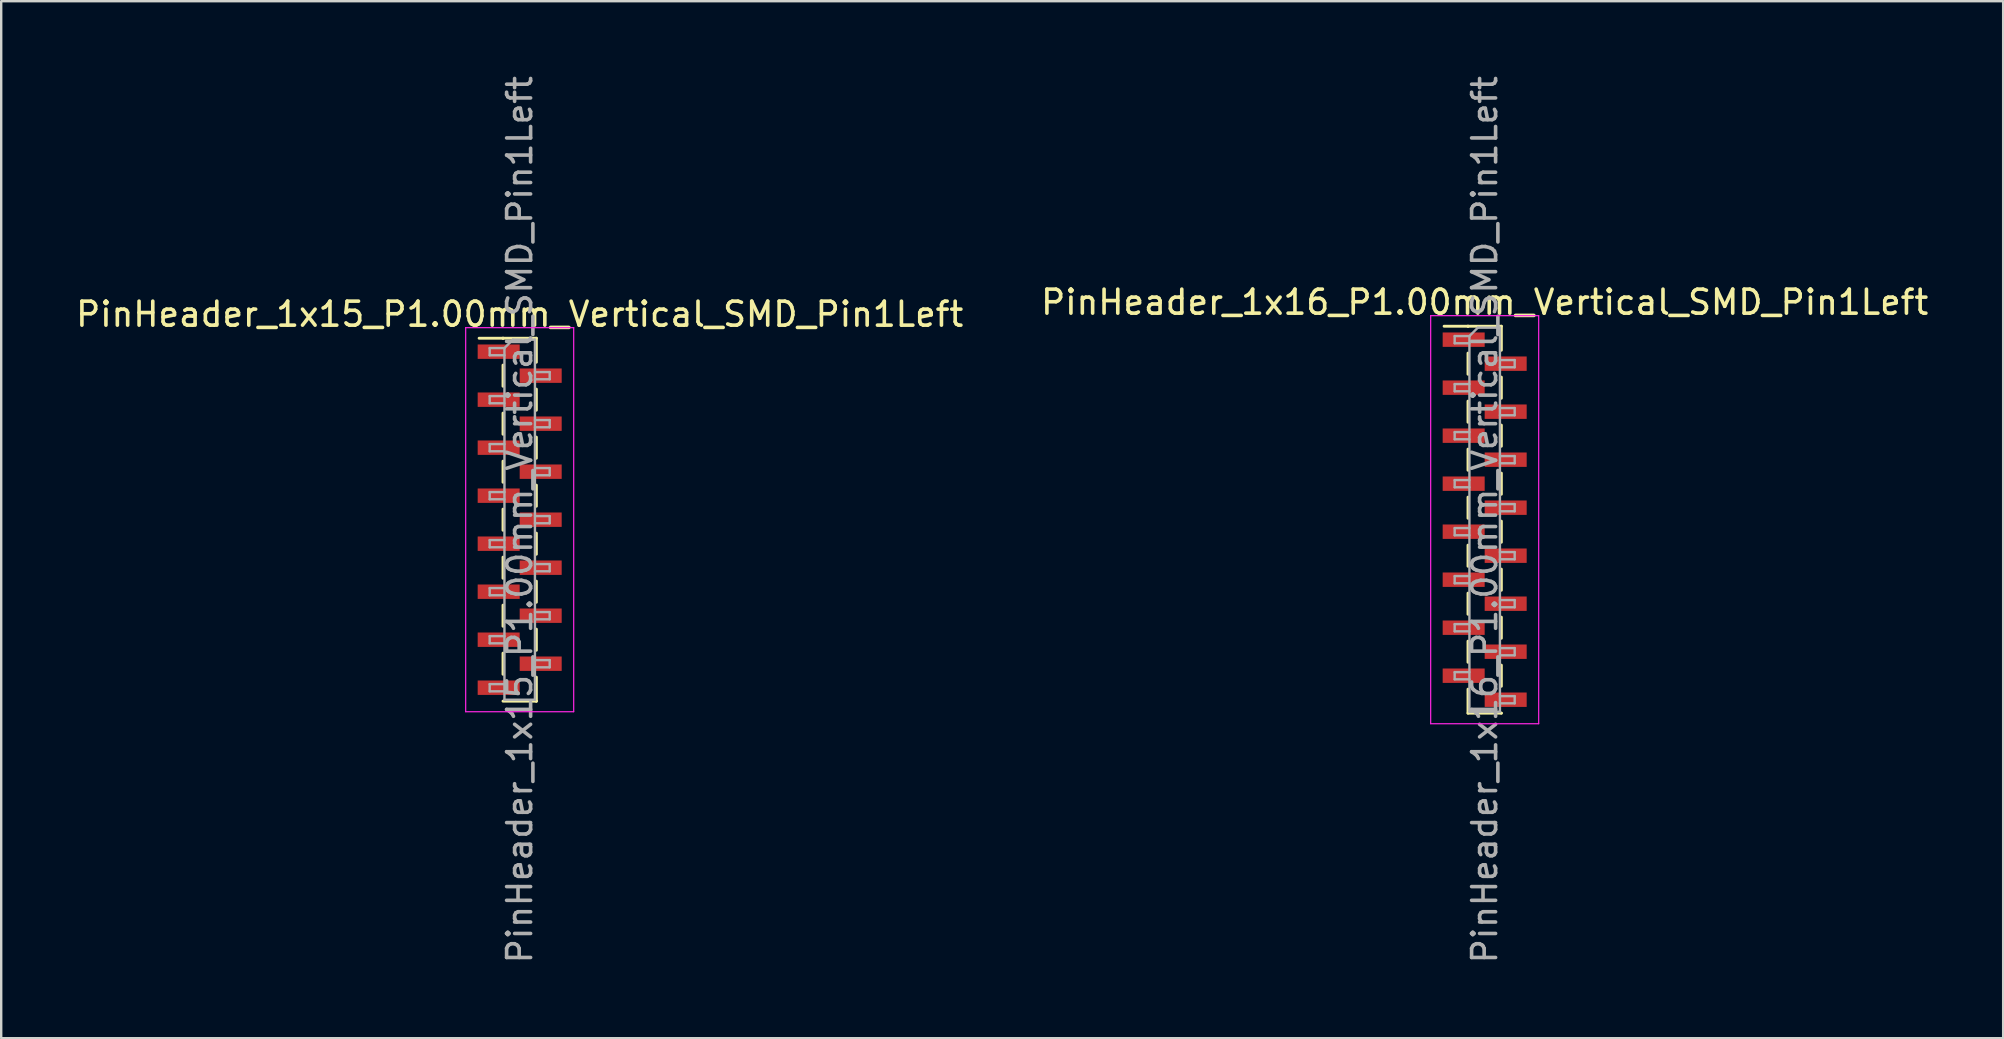
<source format=kicad_pcb>
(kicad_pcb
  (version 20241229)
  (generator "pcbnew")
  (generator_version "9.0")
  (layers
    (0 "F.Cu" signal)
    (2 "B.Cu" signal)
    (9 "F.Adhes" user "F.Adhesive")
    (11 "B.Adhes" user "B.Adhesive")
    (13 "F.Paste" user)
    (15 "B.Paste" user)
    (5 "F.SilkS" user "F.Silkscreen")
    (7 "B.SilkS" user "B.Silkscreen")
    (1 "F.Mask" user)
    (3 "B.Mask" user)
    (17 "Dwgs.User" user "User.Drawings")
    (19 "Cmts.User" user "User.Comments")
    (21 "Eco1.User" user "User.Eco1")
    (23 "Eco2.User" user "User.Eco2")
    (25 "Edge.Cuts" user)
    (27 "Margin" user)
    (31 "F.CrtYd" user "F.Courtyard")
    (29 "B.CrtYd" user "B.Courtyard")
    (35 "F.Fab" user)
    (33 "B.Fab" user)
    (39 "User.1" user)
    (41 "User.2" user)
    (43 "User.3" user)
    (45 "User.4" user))
  (footprint "PinHeader_1x15_P1.00mm_Vertical_SMD_Pin1Left"
    (layer "F.Cu")
    (at 18.601 18.601)
    (property "Reference" "PinHeader_1x15_P1.00mm_Vertical_SMD_Pin1Left" (at 0 -8.56 0) (layer "F.SilkS") (effects (font (size 1 1) (thickness 0.15))))
    (attr smd)
    (fp_line (start -0.695 -7.56) (end -1.69 -7.56) (stroke (width 0.12) (type solid)) (layer "F.SilkS"))
    (fp_line (start -0.695 -7.56) (end -0.695 -7.56) (stroke (width 0.12) (type solid)) (layer "F.SilkS"))
    (fp_line (start -0.695 -7.56) (end 0.695 -7.56) (stroke (width 0.12) (type solid)) (layer "F.SilkS"))
    (fp_line (start -0.695 -6.44) (end -0.695 -5.56) (stroke (width 0.12) (type solid)) (layer "F.SilkS"))
    (fp_line (start -0.695 -4.44) (end -0.695 -3.56) (stroke (width 0.12) (type solid)) (layer "F.SilkS"))
    (fp_line (start -0.695 -2.44) (end -0.695 -1.56) (stroke (width 0.12) (type solid)) (layer "F.SilkS"))
    (fp_line (start -0.695 -0.44) (end -0.695 0.44) (stroke (width 0.12) (type solid)) (layer "F.SilkS"))
    (fp_line (start -0.695 1.56) (end -0.695 2.44) (stroke (width 0.12) (type solid)) (layer "F.SilkS"))
    (fp_line (start -0.695 3.56) (end -0.695 4.44) (stroke (width 0.12) (type solid)) (layer "F.SilkS"))
    (fp_line (start -0.695 5.56) (end -0.695 6.44) (stroke (width 0.12) (type solid)) (layer "F.SilkS"))
    (fp_line (start -0.695 7.56) (end 0.695 7.56) (stroke (width 0.12) (type solid)) (layer "F.SilkS"))
    (fp_line (start 0.695 -7.56) (end 0.695 -6.56) (stroke (width 0.12) (type solid)) (layer "F.SilkS"))
    (fp_line (start 0.695 -5.44) (end 0.695 -4.56) (stroke (width 0.12) (type solid)) (layer "F.SilkS"))
    (fp_line (start 0.695 -3.44) (end 0.695 -2.56) (stroke (width 0.12) (type solid)) (layer "F.SilkS"))
    (fp_line (start 0.695 -1.44) (end 0.695 -0.56) (stroke (width 0.12) (type solid)) (layer "F.SilkS"))
    (fp_line (start 0.695 0.56) (end 0.695 1.44) (stroke (width 0.12) (type solid)) (layer "F.SilkS"))
    (fp_line (start 0.695 2.56) (end 0.695 3.44) (stroke (width 0.12) (type solid)) (layer "F.SilkS"))
    (fp_line (start 0.695 4.56) (end 0.695 5.44) (stroke (width 0.12) (type solid)) (layer "F.SilkS"))
    (fp_line (start 0.695 6.56) (end 0.695 7.56) (stroke (width 0.12) (type solid)) (layer "F.SilkS"))
    (fp_line (start 0.695 7.56) (end 0.695 7.56) (stroke (width 0.12) (type solid)) (layer "F.SilkS"))
    (fp_line (start -2.25 -8) (end -2.25 8) (stroke (width 0.05) (type solid)) (layer "F.CrtYd"))
    (fp_line (start -2.25 8) (end 2.25 8) (stroke (width 0.05) (type solid)) (layer "F.CrtYd"))
    (fp_line (start 2.25 -8) (end -2.25 -8) (stroke (width 0.05) (type solid)) (layer "F.CrtYd"))
    (fp_line (start 2.25 8) (end 2.25 -8) (stroke (width 0.05) (type solid)) (layer "F.CrtYd"))
    (fp_line (start -1.25 -7.15) (end -1.25 -6.85) (stroke (width 0.1) (type solid)) (layer "F.Fab"))
    (fp_line (start -1.25 -6.85) (end -0.635 -6.85) (stroke (width 0.1) (type solid)) (layer "F.Fab"))
    (fp_line (start -1.25 -5.15) (end -1.25 -4.85) (stroke (width 0.1) (type solid)) (layer "F.Fab"))
    (fp_line (start -1.25 -4.85) (end -0.635 -4.85) (stroke (width 0.1) (type solid)) (layer "F.Fab"))
    (fp_line (start -1.25 -3.15) (end -1.25 -2.85) (stroke (width 0.1) (type solid)) (layer "F.Fab"))
    (fp_line (start -1.25 -2.85) (end -0.635 -2.85) (stroke (width 0.1) (type solid)) (layer "F.Fab"))
    (fp_line (start -1.25 -1.15) (end -1.25 -0.85) (stroke (width 0.1) (type solid)) (layer "F.Fab"))
    (fp_line (start -1.25 -0.85) (end -0.635 -0.85) (stroke (width 0.1) (type solid)) (layer "F.Fab"))
    (fp_line (start -1.25 0.85) (end -1.25 1.15) (stroke (width 0.1) (type solid)) (layer "F.Fab"))
    (fp_line (start -1.25 1.15) (end -0.635 1.15) (stroke (width 0.1) (type solid)) (layer "F.Fab"))
    (fp_line (start -1.25 2.85) (end -1.25 3.15) (stroke (width 0.1) (type solid)) (layer "F.Fab"))
    (fp_line (start -1.25 3.15) (end -0.635 3.15) (stroke (width 0.1) (type solid)) (layer "F.Fab"))
    (fp_line (start -1.25 4.85) (end -1.25 5.15) (stroke (width 0.1) (type solid)) (layer "F.Fab"))
    (fp_line (start -1.25 5.15) (end -0.635 5.15) (stroke (width 0.1) (type solid)) (layer "F.Fab"))
    (fp_line (start -1.25 6.85) (end -1.25 7.15) (stroke (width 0.1) (type solid)) (layer "F.Fab"))
    (fp_line (start -1.25 7.15) (end -0.635 7.15) (stroke (width 0.1) (type solid)) (layer "F.Fab"))
    (fp_line (start -0.635 -7.15) (end -1.25 -7.15) (stroke (width 0.1) (type solid)) (layer "F.Fab"))
    (fp_line (start -0.635 -7.15) (end -0.285 -7.5) (stroke (width 0.1) (type solid)) (layer "F.Fab"))
    (fp_line (start -0.635 -5.15) (end -1.25 -5.15) (stroke (width 0.1) (type solid)) (layer "F.Fab"))
    (fp_line (start -0.635 -3.15) (end -1.25 -3.15) (stroke (width 0.1) (type solid)) (layer "F.Fab"))
    (fp_line (start -0.635 -1.15) (end -1.25 -1.15) (stroke (width 0.1) (type solid)) (layer "F.Fab"))
    (fp_line (start -0.635 0.85) (end -1.25 0.85) (stroke (width 0.1) (type solid)) (layer "F.Fab"))
    (fp_line (start -0.635 2.85) (end -1.25 2.85) (stroke (width 0.1) (type solid)) (layer "F.Fab"))
    (fp_line (start -0.635 4.85) (end -1.25 4.85) (stroke (width 0.1) (type solid)) (layer "F.Fab"))
    (fp_line (start -0.635 6.85) (end -1.25 6.85) (stroke (width 0.1) (type solid)) (layer "F.Fab"))
    (fp_line (start -0.635 7.5) (end -0.635 -7.15) (stroke (width 0.1) (type solid)) (layer "F.Fab"))
    (fp_line (start -0.285 -7.5) (end 0.635 -7.5) (stroke (width 0.1) (type solid)) (layer "F.Fab"))
    (fp_line (start 0.635 -7.5) (end 0.635 7.5) (stroke (width 0.1) (type solid)) (layer "F.Fab"))
    (fp_line (start 0.635 -6.15) (end 1.25 -6.15) (stroke (width 0.1) (type solid)) (layer "F.Fab"))
    (fp_line (start 0.635 -4.15) (end 1.25 -4.15) (stroke (width 0.1) (type solid)) (layer "F.Fab"))
    (fp_line (start 0.635 -2.15) (end 1.25 -2.15) (stroke (width 0.1) (type solid)) (layer "F.Fab"))
    (fp_line (start 0.635 -0.15) (end 1.25 -0.15) (stroke (width 0.1) (type solid)) (layer "F.Fab"))
    (fp_line (start 0.635 1.85) (end 1.25 1.85) (stroke (width 0.1) (type solid)) (layer "F.Fab"))
    (fp_line (start 0.635 3.85) (end 1.25 3.85) (stroke (width 0.1) (type solid)) (layer "F.Fab"))
    (fp_line (start 0.635 5.85) (end 1.25 5.85) (stroke (width 0.1) (type solid)) (layer "F.Fab"))
    (fp_line (start 0.635 7.5) (end -0.635 7.5) (stroke (width 0.1) (type solid)) (layer "F.Fab"))
    (fp_line (start 1.25 -6.15) (end 1.25 -5.85) (stroke (width 0.1) (type solid)) (layer "F.Fab"))
    (fp_line (start 1.25 -5.85) (end 0.635 -5.85) (stroke (width 0.1) (type solid)) (layer "F.Fab"))
    (fp_line (start 1.25 -4.15) (end 1.25 -3.85) (stroke (width 0.1) (type solid)) (layer "F.Fab"))
    (fp_line (start 1.25 -3.85) (end 0.635 -3.85) (stroke (width 0.1) (type solid)) (layer "F.Fab"))
    (fp_line (start 1.25 -2.15) (end 1.25 -1.85) (stroke (width 0.1) (type solid)) (layer "F.Fab"))
    (fp_line (start 1.25 -1.85) (end 0.635 -1.85) (stroke (width 0.1) (type solid)) (layer "F.Fab"))
    (fp_line (start 1.25 -0.15) (end 1.25 0.15) (stroke (width 0.1) (type solid)) (layer "F.Fab"))
    (fp_line (start 1.25 0.15) (end 0.635 0.15) (stroke (width 0.1) (type solid)) (layer "F.Fab"))
    (fp_line (start 1.25 1.85) (end 1.25 2.15) (stroke (width 0.1) (type solid)) (layer "F.Fab"))
    (fp_line (start 1.25 2.15) (end 0.635 2.15) (stroke (width 0.1) (type solid)) (layer "F.Fab"))
    (fp_line (start 1.25 3.85) (end 1.25 4.15) (stroke (width 0.1) (type solid)) (layer "F.Fab"))
    (fp_line (start 1.25 4.15) (end 0.635 4.15) (stroke (width 0.1) (type solid)) (layer "F.Fab"))
    (fp_line (start 1.25 5.85) (end 1.25 6.15) (stroke (width 0.1) (type solid)) (layer "F.Fab"))
    (fp_line (start 1.25 6.15) (end 0.635 6.15) (stroke (width 0.1) (type solid)) (layer "F.Fab"))
    (fp_text user "${REFERENCE}" (at 0 0 90) (layer "F.Fab") (effects (font (size 1 1) (thickness 0.15))))
    (pad "1" smd rect (at -0.875 -7) (size 1.75 0.6) (layers "F.Cu" "F.Mask" "F.Paste"))
    (pad "2" smd rect (at 0.875 -6) (size 1.75 0.6) (layers "F.Cu" "F.Mask" "F.Paste"))
    (pad "3" smd rect (at -0.875 -5) (size 1.75 0.6) (layers "F.Cu" "F.Mask" "F.Paste"))
    (pad "4" smd rect (at 0.875 -4) (size 1.75 0.6) (layers "F.Cu" "F.Mask" "F.Paste"))
    (pad "5" smd rect (at -0.875 -3) (size 1.75 0.6) (layers "F.Cu" "F.Mask" "F.Paste"))
    (pad "6" smd rect (at 0.875 -2) (size 1.75 0.6) (layers "F.Cu" "F.Mask" "F.Paste"))
    (pad "7" smd rect (at -0.875 -1) (size 1.75 0.6) (layers "F.Cu" "F.Mask" "F.Paste"))
    (pad "8" smd rect (at 0.875 0) (size 1.75 0.6) (layers "F.Cu" "F.Mask" "F.Paste"))
    (pad "9" smd rect (at -0.875 1) (size 1.75 0.6) (layers "F.Cu" "F.Mask" "F.Paste"))
    (pad "10" smd rect (at 0.875 2) (size 1.75 0.6) (layers "F.Cu" "F.Mask" "F.Paste"))
    (pad "11" smd rect (at -0.875 3) (size 1.75 0.6) (layers "F.Cu" "F.Mask" "F.Paste"))
    (pad "12" smd rect (at 0.875 4) (size 1.75 0.6) (layers "F.Cu" "F.Mask" "F.Paste"))
    (pad "13" smd rect (at -0.875 5) (size 1.75 0.6) (layers "F.Cu" "F.Mask" "F.Paste"))
    (pad "14" smd rect (at 0.875 6) (size 1.75 0.6) (layers "F.Cu" "F.Mask" "F.Paste"))
    (pad "15" smd rect (at -0.875 7) (size 1.75 0.6) (layers "F.Cu" "F.Mask" "F.Paste")))
  (footprint "PinHeader_1x16_P1.00mm_Vertical_SMD_Pin1Left"
    (layer "F.Cu")
    (at 58.804 18.601)
    (property "Reference" "PinHeader_1x16_P1.00mm_Vertical_SMD_Pin1Left" (at 0 -9.06 0) (layer "F.SilkS") (effects (font (size 1 1) (thickness 0.15))))
    (attr smd)
    (fp_line (start -0.695 -8.06) (end -1.69 -8.06) (stroke (width 0.12) (type solid)) (layer "F.SilkS"))
    (fp_line (start -0.695 -8.06) (end -0.695 -8.06) (stroke (width 0.12) (type solid)) (layer "F.SilkS"))
    (fp_line (start -0.695 -8.06) (end 0.695 -8.06) (stroke (width 0.12) (type solid)) (layer "F.SilkS"))
    (fp_line (start -0.695 -6.94) (end -0.695 -6.06) (stroke (width 0.12) (type solid)) (layer "F.SilkS"))
    (fp_line (start -0.695 -4.94) (end -0.695 -4.06) (stroke (width 0.12) (type solid)) (layer "F.SilkS"))
    (fp_line (start -0.695 -2.94) (end -0.695 -2.06) (stroke (width 0.12) (type solid)) (layer "F.SilkS"))
    (fp_line (start -0.695 -0.94) (end -0.695 -0.06) (stroke (width 0.12) (type solid)) (layer "F.SilkS"))
    (fp_line (start -0.695 1.06) (end -0.695 1.94) (stroke (width 0.12) (type solid)) (layer "F.SilkS"))
    (fp_line (start -0.695 3.06) (end -0.695 3.94) (stroke (width 0.12) (type solid)) (layer "F.SilkS"))
    (fp_line (start -0.695 5.06) (end -0.695 5.94) (stroke (width 0.12) (type solid)) (layer "F.SilkS"))
    (fp_line (start -0.695 7.06) (end -0.695 8.06) (stroke (width 0.12) (type solid)) (layer "F.SilkS"))
    (fp_line (start -0.695 8.06) (end 0.695 8.06) (stroke (width 0.12) (type solid)) (layer "F.SilkS"))
    (fp_line (start 0.695 -8.06) (end 0.695 -7.06) (stroke (width 0.12) (type solid)) (layer "F.SilkS"))
    (fp_line (start 0.695 -5.94) (end 0.695 -5.06) (stroke (width 0.12) (type solid)) (layer "F.SilkS"))
    (fp_line (start 0.695 -3.94) (end 0.695 -3.06) (stroke (width 0.12) (type solid)) (layer "F.SilkS"))
    (fp_line (start 0.695 -1.94) (end 0.695 -1.06) (stroke (width 0.12) (type solid)) (layer "F.SilkS"))
    (fp_line (start 0.695 0.06) (end 0.695 0.94) (stroke (width 0.12) (type solid)) (layer "F.SilkS"))
    (fp_line (start 0.695 2.06) (end 0.695 2.94) (stroke (width 0.12) (type solid)) (layer "F.SilkS"))
    (fp_line (start 0.695 4.06) (end 0.695 4.94) (stroke (width 0.12) (type solid)) (layer "F.SilkS"))
    (fp_line (start 0.695 6.06) (end 0.695 6.94) (stroke (width 0.12) (type solid)) (layer "F.SilkS"))
    (fp_line (start 0.695 8.06) (end 0.695 8.06) (stroke (width 0.12) (type solid)) (layer "F.SilkS"))
    (fp_line (start -2.25 -8.5) (end -2.25 8.5) (stroke (width 0.05) (type solid)) (layer "F.CrtYd"))
    (fp_line (start -2.25 8.5) (end 2.25 8.5) (stroke (width 0.05) (type solid)) (layer "F.CrtYd"))
    (fp_line (start 2.25 -8.5) (end -2.25 -8.5) (stroke (width 0.05) (type solid)) (layer "F.CrtYd"))
    (fp_line (start 2.25 8.5) (end 2.25 -8.5) (stroke (width 0.05) (type solid)) (layer "F.CrtYd"))
    (fp_line (start -1.25 -7.65) (end -1.25 -7.35) (stroke (width 0.1) (type solid)) (layer "F.Fab"))
    (fp_line (start -1.25 -7.35) (end -0.635 -7.35) (stroke (width 0.1) (type solid)) (layer "F.Fab"))
    (fp_line (start -1.25 -5.65) (end -1.25 -5.35) (stroke (width 0.1) (type solid)) (layer "F.Fab"))
    (fp_line (start -1.25 -5.35) (end -0.635 -5.35) (stroke (width 0.1) (type solid)) (layer "F.Fab"))
    (fp_line (start -1.25 -3.65) (end -1.25 -3.35) (stroke (width 0.1) (type solid)) (layer "F.Fab"))
    (fp_line (start -1.25 -3.35) (end -0.635 -3.35) (stroke (width 0.1) (type solid)) (layer "F.Fab"))
    (fp_line (start -1.25 -1.65) (end -1.25 -1.35) (stroke (width 0.1) (type solid)) (layer "F.Fab"))
    (fp_line (start -1.25 -1.35) (end -0.635 -1.35) (stroke (width 0.1) (type solid)) (layer "F.Fab"))
    (fp_line (start -1.25 0.35) (end -1.25 0.65) (stroke (width 0.1) (type solid)) (layer "F.Fab"))
    (fp_line (start -1.25 0.65) (end -0.635 0.65) (stroke (width 0.1) (type solid)) (layer "F.Fab"))
    (fp_line (start -1.25 2.35) (end -1.25 2.65) (stroke (width 0.1) (type solid)) (layer "F.Fab"))
    (fp_line (start -1.25 2.65) (end -0.635 2.65) (stroke (width 0.1) (type solid)) (layer "F.Fab"))
    (fp_line (start -1.25 4.35) (end -1.25 4.65) (stroke (width 0.1) (type solid)) (layer "F.Fab"))
    (fp_line (start -1.25 4.65) (end -0.635 4.65) (stroke (width 0.1) (type solid)) (layer "F.Fab"))
    (fp_line (start -1.25 6.35) (end -1.25 6.65) (stroke (width 0.1) (type solid)) (layer "F.Fab"))
    (fp_line (start -1.25 6.65) (end -0.635 6.65) (stroke (width 0.1) (type solid)) (layer "F.Fab"))
    (fp_line (start -0.635 -7.65) (end -1.25 -7.65) (stroke (width 0.1) (type solid)) (layer "F.Fab"))
    (fp_line (start -0.635 -7.65) (end -0.285 -8) (stroke (width 0.1) (type solid)) (layer "F.Fab"))
    (fp_line (start -0.635 -5.65) (end -1.25 -5.65) (stroke (width 0.1) (type solid)) (layer "F.Fab"))
    (fp_line (start -0.635 -3.65) (end -1.25 -3.65) (stroke (width 0.1) (type solid)) (layer "F.Fab"))
    (fp_line (start -0.635 -1.65) (end -1.25 -1.65) (stroke (width 0.1) (type solid)) (layer "F.Fab"))
    (fp_line (start -0.635 0.35) (end -1.25 0.35) (stroke (width 0.1) (type solid)) (layer "F.Fab"))
    (fp_line (start -0.635 2.35) (end -1.25 2.35) (stroke (width 0.1) (type solid)) (layer "F.Fab"))
    (fp_line (start -0.635 4.35) (end -1.25 4.35) (stroke (width 0.1) (type solid)) (layer "F.Fab"))
    (fp_line (start -0.635 6.35) (end -1.25 6.35) (stroke (width 0.1) (type solid)) (layer "F.Fab"))
    (fp_line (start -0.635 8) (end -0.635 -7.65) (stroke (width 0.1) (type solid)) (layer "F.Fab"))
    (fp_line (start -0.285 -8) (end 0.635 -8) (stroke (width 0.1) (type solid)) (layer "F.Fab"))
    (fp_line (start 0.635 -8) (end 0.635 8) (stroke (width 0.1) (type solid)) (layer "F.Fab"))
    (fp_line (start 0.635 -6.65) (end 1.25 -6.65) (stroke (width 0.1) (type solid)) (layer "F.Fab"))
    (fp_line (start 0.635 -4.65) (end 1.25 -4.65) (stroke (width 0.1) (type solid)) (layer "F.Fab"))
    (fp_line (start 0.635 -2.65) (end 1.25 -2.65) (stroke (width 0.1) (type solid)) (layer "F.Fab"))
    (fp_line (start 0.635 -0.65) (end 1.25 -0.65) (stroke (width 0.1) (type solid)) (layer "F.Fab"))
    (fp_line (start 0.635 1.35) (end 1.25 1.35) (stroke (width 0.1) (type solid)) (layer "F.Fab"))
    (fp_line (start 0.635 3.35) (end 1.25 3.35) (stroke (width 0.1) (type solid)) (layer "F.Fab"))
    (fp_line (start 0.635 5.35) (end 1.25 5.35) (stroke (width 0.1) (type solid)) (layer "F.Fab"))
    (fp_line (start 0.635 7.35) (end 1.25 7.35) (stroke (width 0.1) (type solid)) (layer "F.Fab"))
    (fp_line (start 0.635 8) (end -0.635 8) (stroke (width 0.1) (type solid)) (layer "F.Fab"))
    (fp_line (start 1.25 -6.65) (end 1.25 -6.35) (stroke (width 0.1) (type solid)) (layer "F.Fab"))
    (fp_line (start 1.25 -6.35) (end 0.635 -6.35) (stroke (width 0.1) (type solid)) (layer "F.Fab"))
    (fp_line (start 1.25 -4.65) (end 1.25 -4.35) (stroke (width 0.1) (type solid)) (layer "F.Fab"))
    (fp_line (start 1.25 -4.35) (end 0.635 -4.35) (stroke (width 0.1) (type solid)) (layer "F.Fab"))
    (fp_line (start 1.25 -2.65) (end 1.25 -2.35) (stroke (width 0.1) (type solid)) (layer "F.Fab"))
    (fp_line (start 1.25 -2.35) (end 0.635 -2.35) (stroke (width 0.1) (type solid)) (layer "F.Fab"))
    (fp_line (start 1.25 -0.65) (end 1.25 -0.35) (stroke (width 0.1) (type solid)) (layer "F.Fab"))
    (fp_line (start 1.25 -0.35) (end 0.635 -0.35) (stroke (width 0.1) (type solid)) (layer "F.Fab"))
    (fp_line (start 1.25 1.35) (end 1.25 1.65) (stroke (width 0.1) (type solid)) (layer "F.Fab"))
    (fp_line (start 1.25 1.65) (end 0.635 1.65) (stroke (width 0.1) (type solid)) (layer "F.Fab"))
    (fp_line (start 1.25 3.35) (end 1.25 3.65) (stroke (width 0.1) (type solid)) (layer "F.Fab"))
    (fp_line (start 1.25 3.65) (end 0.635 3.65) (stroke (width 0.1) (type solid)) (layer "F.Fab"))
    (fp_line (start 1.25 5.35) (end 1.25 5.65) (stroke (width 0.1) (type solid)) (layer "F.Fab"))
    (fp_line (start 1.25 5.65) (end 0.635 5.65) (stroke (width 0.1) (type solid)) (layer "F.Fab"))
    (fp_line (start 1.25 7.35) (end 1.25 7.65) (stroke (width 0.1) (type solid)) (layer "F.Fab"))
    (fp_line (start 1.25 7.65) (end 0.635 7.65) (stroke (width 0.1) (type solid)) (layer "F.Fab"))
    (fp_text user "${REFERENCE}" (at 0 0 90) (layer "F.Fab") (effects (font (size 1 1) (thickness 0.15))))
    (pad "1" smd rect (at -0.875 -7.5) (size 1.75 0.6) (layers "F.Cu" "F.Mask" "F.Paste"))
    (pad "2" smd rect (at 0.875 -6.5) (size 1.75 0.6) (layers "F.Cu" "F.Mask" "F.Paste"))
    (pad "3" smd rect (at -0.875 -5.5) (size 1.75 0.6) (layers "F.Cu" "F.Mask" "F.Paste"))
    (pad "4" smd rect (at 0.875 -4.5) (size 1.75 0.6) (layers "F.Cu" "F.Mask" "F.Paste"))
    (pad "5" smd rect (at -0.875 -3.5) (size 1.75 0.6) (layers "F.Cu" "F.Mask" "F.Paste"))
    (pad "6" smd rect (at 0.875 -2.5) (size 1.75 0.6) (layers "F.Cu" "F.Mask" "F.Paste"))
    (pad "7" smd rect (at -0.875 -1.5) (size 1.75 0.6) (layers "F.Cu" "F.Mask" "F.Paste"))
    (pad "8" smd rect (at 0.875 -0.5) (size 1.75 0.6) (layers "F.Cu" "F.Mask" "F.Paste"))
    (pad "9" smd rect (at -0.875 0.5) (size 1.75 0.6) (layers "F.Cu" "F.Mask" "F.Paste"))
    (pad "10" smd rect (at 0.875 1.5) (size 1.75 0.6) (layers "F.Cu" "F.Mask" "F.Paste"))
    (pad "11" smd rect (at -0.875 2.5) (size 1.75 0.6) (layers "F.Cu" "F.Mask" "F.Paste"))
    (pad "12" smd rect (at 0.875 3.5) (size 1.75 0.6) (layers "F.Cu" "F.Mask" "F.Paste"))
    (pad "13" smd rect (at -0.875 4.5) (size 1.75 0.6) (layers "F.Cu" "F.Mask" "F.Paste"))
    (pad "14" smd rect (at 0.875 5.5) (size 1.75 0.6) (layers "F.Cu" "F.Mask" "F.Paste"))
    (pad "15" smd rect (at -0.875 6.5) (size 1.75 0.6) (layers "F.Cu" "F.Mask" "F.Paste"))
    (pad "16" smd rect (at 0.875 7.5) (size 1.75 0.6) (layers "F.Cu" "F.Mask" "F.Paste")))
  (gr_rect
    (start -3 -3)
    (end 80.405 40.202)
    (stroke (width 0.1) (type default))
    (fill no)
    (layer "Edge.Cuts")))
</source>
